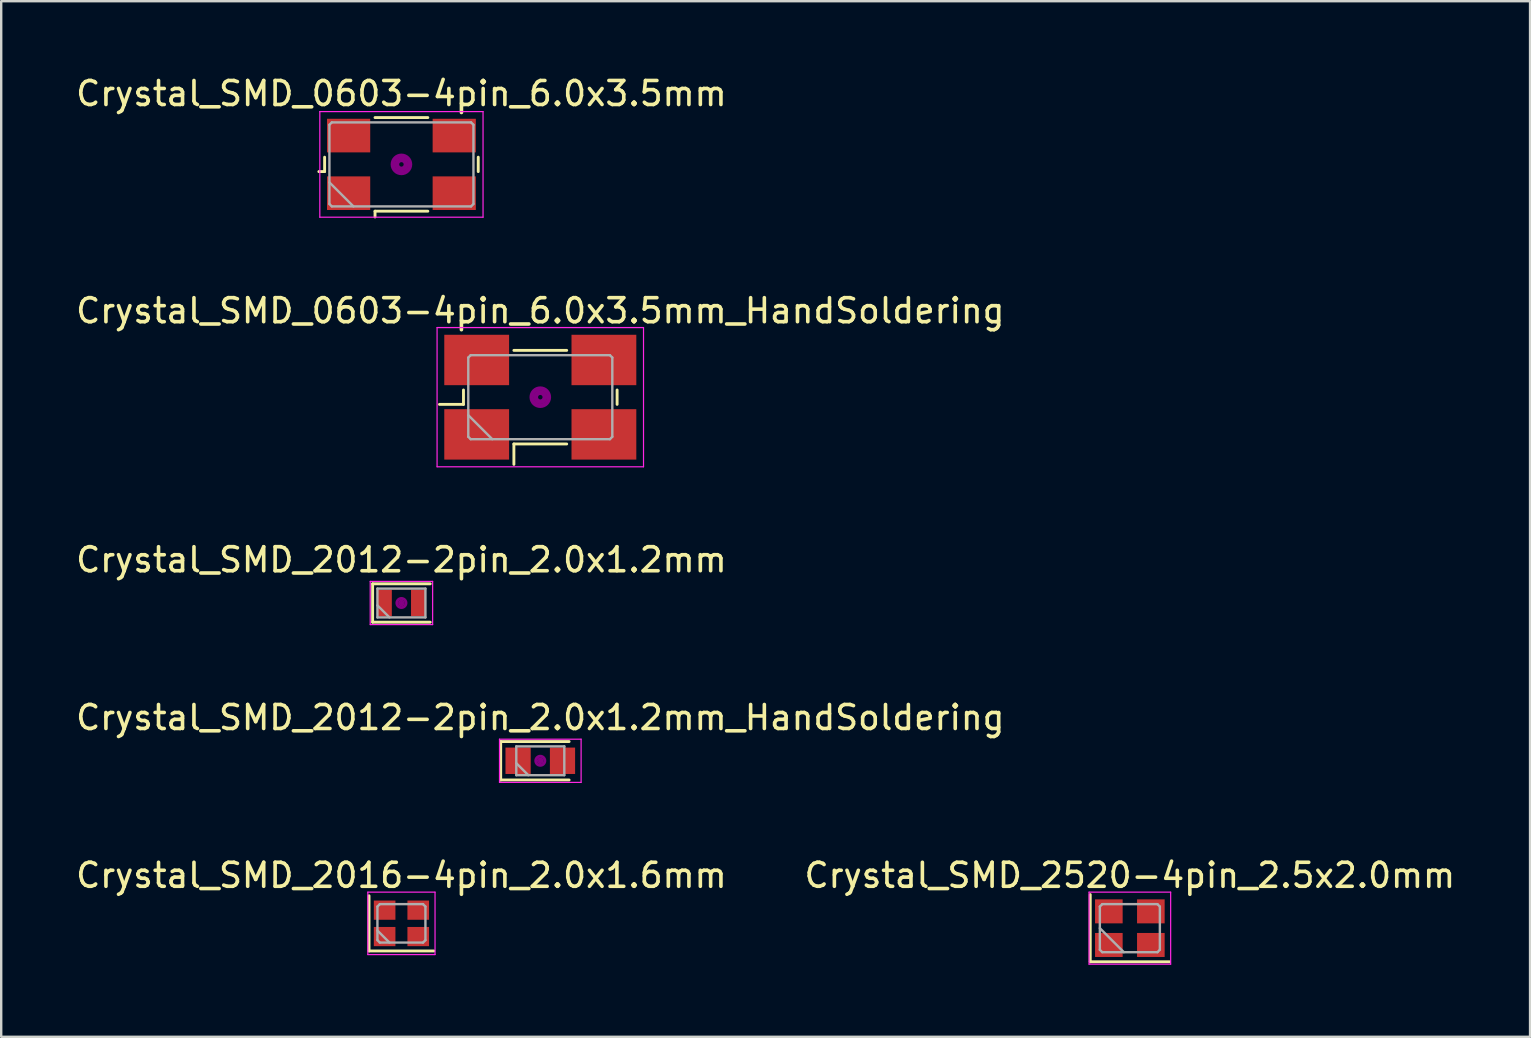
<source format=kicad_pcb>
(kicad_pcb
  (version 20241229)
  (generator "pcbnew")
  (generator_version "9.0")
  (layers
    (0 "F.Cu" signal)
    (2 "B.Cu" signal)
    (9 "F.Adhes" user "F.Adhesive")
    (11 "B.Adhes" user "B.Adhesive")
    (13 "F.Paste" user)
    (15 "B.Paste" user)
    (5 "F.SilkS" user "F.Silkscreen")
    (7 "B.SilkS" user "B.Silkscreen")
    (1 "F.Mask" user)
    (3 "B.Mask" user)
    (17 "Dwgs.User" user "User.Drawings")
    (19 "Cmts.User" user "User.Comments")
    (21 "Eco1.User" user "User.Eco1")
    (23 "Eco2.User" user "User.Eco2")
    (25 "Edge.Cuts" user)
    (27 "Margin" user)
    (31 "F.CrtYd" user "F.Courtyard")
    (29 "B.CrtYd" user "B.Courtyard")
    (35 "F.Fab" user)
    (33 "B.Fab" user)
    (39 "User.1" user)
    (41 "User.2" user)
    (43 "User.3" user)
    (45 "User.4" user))
  (footprint "Crystal_SMD_2012-2pin_2.0x1.2mm"
    (layer "F.Cu")
    (at 13.673 22.07)
    (property "Reference" "Crystal_SMD_2012-2pin_2.0x1.2mm" (at 0 -1.8 0) (layer "F.SilkS") (effects (font (size 1 1) (thickness 0.15))))
    (attr smd)
    (fp_line (start -1.2 -0.8) (end -1.2 0.8) (stroke (width 0.12) (type solid)) (layer "F.SilkS"))
    (fp_line (start -1.2 0.8) (end 1.2 0.8) (stroke (width 0.12) (type solid)) (layer "F.SilkS"))
    (fp_line (start 1.2 -0.8) (end -1.2 -0.8) (stroke (width 0.12) (type solid)) (layer "F.SilkS"))
    (fp_circle (center 0 0) (end 0.047 0) (stroke (width 0.093) (type solid)) (fill no) (layer "F.Adhes"))
    (fp_circle (center 0 0) (end 0.107 0) (stroke (width 0.067) (type solid)) (fill no) (layer "F.Adhes"))
    (fp_circle (center 0 0) (end 0.167 0) (stroke (width 0.067) (type solid)) (fill no) (layer "F.Adhes"))
    (fp_circle (center 0 0) (end 0.2 0) (stroke (width 0.1) (type solid)) (fill no) (layer "F.Adhes"))
    (fp_line (start -1.3 -0.9) (end -1.3 0.9) (stroke (width 0.05) (type solid)) (layer "F.CrtYd"))
    (fp_line (start -1.3 0.9) (end 1.3 0.9) (stroke (width 0.05) (type solid)) (layer "F.CrtYd"))
    (fp_line (start 1.3 -0.9) (end -1.3 -0.9) (stroke (width 0.05) (type solid)) (layer "F.CrtYd"))
    (fp_line (start 1.3 0.9) (end 1.3 -0.9) (stroke (width 0.05) (type solid)) (layer "F.CrtYd"))
    (fp_line (start -1 -0.6) (end -1 0.6) (stroke (width 0.1) (type solid)) (layer "F.Fab"))
    (fp_line (start -1 0.1) (end -0.5 0.6) (stroke (width 0.1) (type solid)) (layer "F.Fab"))
    (fp_line (start -1 0.6) (end 1 0.6) (stroke (width 0.1) (type solid)) (layer "F.Fab"))
    (fp_line (start 1 -0.6) (end -1 -0.6) (stroke (width 0.1) (type solid)) (layer "F.Fab"))
    (fp_line (start 1 0.6) (end 1 -0.6) (stroke (width 0.1) (type solid)) (layer "F.Fab"))
    (pad "1" smd rect (at -0.7 0) (size 0.6 1.1) (layers "F.Cu" "F.Mask"))
    (pad "2" smd rect (at 0.7 0) (size 0.6 1.1) (layers "F.Cu" "F.Mask")))
  (footprint "Crystal_SMD_0603-4pin_6.0x3.5mm"
    (layer "F.Cu")
    (at 13.673 3.798)
    (property "Reference" "Crystal_SMD_0603-4pin_6.0x3.5mm" (at 0 -2.95 0) (layer "F.SilkS") (effects (font (size 1 1) (thickness 0.15))))
    (attr smd)
    (fp_line (start -3.44 0.3) (end -3.2 0.3) (stroke (width 0.12) (type solid)) (layer "F.SilkS"))
    (fp_line (start -3.2 0.3) (end -3.2 -0.3) (stroke (width 0.12) (type solid)) (layer "F.SilkS"))
    (fp_line (start -1.1 -1.95) (end 1.1 -1.95) (stroke (width 0.12) (type solid)) (layer "F.SilkS"))
    (fp_line (start -1.1 1.95) (end -1.1 2.19) (stroke (width 0.12) (type solid)) (layer "F.SilkS"))
    (fp_line (start 1.1 1.95) (end -1.1 1.95) (stroke (width 0.12) (type solid)) (layer "F.SilkS"))
    (fp_line (start 3.2 -0.3) (end 3.2 0.3) (stroke (width 0.12) (type solid)) (layer "F.SilkS"))
    (fp_circle (center 0 0) (end 0.093 0) (stroke (width 0.187) (type solid)) (fill no) (layer "F.Adhes"))
    (fp_circle (center 0 0) (end 0.213 0) (stroke (width 0.133) (type solid)) (fill no) (layer "F.Adhes"))
    (fp_circle (center 0 0) (end 0.333 0) (stroke (width 0.133) (type solid)) (fill no) (layer "F.Adhes"))
    (fp_circle (center 0 0) (end 0.4 0) (stroke (width 0.1) (type solid)) (fill no) (layer "F.Adhes"))
    (fp_line (start -3.4 -2.2) (end -3.4 2.2) (stroke (width 0.05) (type solid)) (layer "F.CrtYd"))
    (fp_line (start -3.4 2.2) (end 3.4 2.2) (stroke (width 0.05) (type solid)) (layer "F.CrtYd"))
    (fp_line (start 3.4 -2.2) (end -3.4 -2.2) (stroke (width 0.05) (type solid)) (layer "F.CrtYd"))
    (fp_line (start 3.4 2.2) (end 3.4 -2.2) (stroke (width 0.05) (type solid)) (layer "F.CrtYd"))
    (fp_line (start -3 -1.65) (end -2.9 -1.75) (stroke (width 0.1) (type solid)) (layer "F.Fab"))
    (fp_line (start -3 0.75) (end -2 1.75) (stroke (width 0.1) (type solid)) (layer "F.Fab"))
    (fp_line (start -3 1.65) (end -3 -1.65) (stroke (width 0.1) (type solid)) (layer "F.Fab"))
    (fp_line (start -2.9 -1.75) (end 2.9 -1.75) (stroke (width 0.1) (type solid)) (layer "F.Fab"))
    (fp_line (start -2.9 1.75) (end -3 1.65) (stroke (width 0.1) (type solid)) (layer "F.Fab"))
    (fp_line (start 2.9 -1.75) (end 3 -1.65) (stroke (width 0.1) (type solid)) (layer "F.Fab"))
    (fp_line (start 2.9 1.75) (end -2.9 1.75) (stroke (width 0.1) (type solid)) (layer "F.Fab"))
    (fp_line (start 3 -1.65) (end 3 1.65) (stroke (width 0.1) (type solid)) (layer "F.Fab"))
    (fp_line (start 3 1.65) (end 2.9 1.75) (stroke (width 0.1) (type solid)) (layer "F.Fab"))
    (pad "1" smd rect (at -2.2 1.2) (size 1.8 1.4) (layers "F.Cu" "F.Mask"))
    (pad "2" smd rect (at 2.2 1.2) (size 1.8 1.4) (layers "F.Cu" "F.Mask"))
    (pad "3" smd rect (at 2.2 -1.2) (size 1.8 1.4) (layers "F.Cu" "F.Mask"))
    (pad "4" smd rect (at -2.2 -1.2) (size 1.8 1.4) (layers "F.Cu" "F.Mask")))
  (footprint "Crystal_SMD_2016-4pin_2.0x1.6mm"
    (layer "F.Cu")
    (at 13.673 35.416)
    (property "Reference" "Crystal_SMD_2016-4pin_2.0x1.6mm" (at 0 -2 0) (layer "F.SilkS") (effects (font (size 1 1) (thickness 0.15))))
    (attr smd)
    (fp_line (start -1.35 -1.15) (end -1.35 1.15) (stroke (width 0.12) (type solid)) (layer "F.SilkS"))
    (fp_line (start -1.35 1.15) (end 1.35 1.15) (stroke (width 0.12) (type solid)) (layer "F.SilkS"))
    (fp_line (start -1.4 -1.3) (end -1.4 1.3) (stroke (width 0.05) (type solid)) (layer "F.CrtYd"))
    (fp_line (start -1.4 1.3) (end 1.4 1.3) (stroke (width 0.05) (type solid)) (layer "F.CrtYd"))
    (fp_line (start 1.4 -1.3) (end -1.4 -1.3) (stroke (width 0.05) (type solid)) (layer "F.CrtYd"))
    (fp_line (start 1.4 1.3) (end 1.4 -1.3) (stroke (width 0.05) (type solid)) (layer "F.CrtYd"))
    (fp_line (start -1 -0.7) (end -0.9 -0.8) (stroke (width 0.1) (type solid)) (layer "F.Fab"))
    (fp_line (start -1 0.3) (end -0.5 0.8) (stroke (width 0.1) (type solid)) (layer "F.Fab"))
    (fp_line (start -1 0.7) (end -1 -0.7) (stroke (width 0.1) (type solid)) (layer "F.Fab"))
    (fp_line (start -0.9 -0.8) (end 0.9 -0.8) (stroke (width 0.1) (type solid)) (layer "F.Fab"))
    (fp_line (start -0.9 0.8) (end -1 0.7) (stroke (width 0.1) (type solid)) (layer "F.Fab"))
    (fp_line (start 0.9 -0.8) (end 1 -0.7) (stroke (width 0.1) (type solid)) (layer "F.Fab"))
    (fp_line (start 0.9 0.8) (end -0.9 0.8) (stroke (width 0.1) (type solid)) (layer "F.Fab"))
    (fp_line (start 1 -0.7) (end 1 0.7) (stroke (width 0.1) (type solid)) (layer "F.Fab"))
    (fp_line (start 1 0.7) (end 0.9 0.8) (stroke (width 0.1) (type solid)) (layer "F.Fab"))
    (pad "1" smd rect (at -0.7 0.55) (size 0.9 0.8) (layers "F.Cu" "F.Mask"))
    (pad "2" smd rect (at 0.7 0.55) (size 0.9 0.8) (layers "F.Cu" "F.Mask"))
    (pad "3" smd rect (at 0.7 -0.55) (size 0.9 0.8) (layers "F.Cu" "F.Mask"))
    (pad "4" smd rect (at -0.7 -0.55) (size 0.9 0.8) (layers "F.Cu" "F.Mask")))
  (footprint "Crystal_SMD_0603-4pin_6.0x3.5mm_HandSoldering"
    (layer "F.Cu")
    (at 19.458 13.496)
    (property "Reference" "Crystal_SMD_0603-4pin_6.0x3.5mm_HandSoldering" (at 0 -3.6 0) (layer "F.SilkS") (effects (font (size 1 1) (thickness 0.15))))
    (attr smd)
    (fp_line (start -4.2 0.3) (end -3.2 0.3) (stroke (width 0.12) (type solid)) (layer "F.SilkS"))
    (fp_line (start -3.2 0.3) (end -3.2 -0.3) (stroke (width 0.12) (type solid)) (layer "F.SilkS"))
    (fp_line (start -1.1 -1.95) (end 1.1 -1.95) (stroke (width 0.12) (type solid)) (layer "F.SilkS"))
    (fp_line (start -1.1 1.95) (end -1.1 2.8) (stroke (width 0.12) (type solid)) (layer "F.SilkS"))
    (fp_line (start 1.1 1.95) (end -1.1 1.95) (stroke (width 0.12) (type solid)) (layer "F.SilkS"))
    (fp_line (start 3.2 -0.3) (end 3.2 0.3) (stroke (width 0.12) (type solid)) (layer "F.SilkS"))
    (fp_circle (center 0 0) (end 0.093 0) (stroke (width 0.187) (type solid)) (fill no) (layer "F.Adhes"))
    (fp_circle (center 0 0) (end 0.213 0) (stroke (width 0.133) (type solid)) (fill no) (layer "F.Adhes"))
    (fp_circle (center 0 0) (end 0.333 0) (stroke (width 0.133) (type solid)) (fill no) (layer "F.Adhes"))
    (fp_circle (center 0 0) (end 0.4 0) (stroke (width 0.1) (type solid)) (fill no) (layer "F.Adhes"))
    (fp_line (start -4.3 -2.9) (end -4.3 2.9) (stroke (width 0.05) (type solid)) (layer "F.CrtYd"))
    (fp_line (start -4.3 2.9) (end 4.3 2.9) (stroke (width 0.05) (type solid)) (layer "F.CrtYd"))
    (fp_line (start 4.3 -2.9) (end -4.3 -2.9) (stroke (width 0.05) (type solid)) (layer "F.CrtYd"))
    (fp_line (start 4.3 2.9) (end 4.3 -2.9) (stroke (width 0.05) (type solid)) (layer "F.CrtYd"))
    (fp_line (start -3 -1.65) (end -2.9 -1.75) (stroke (width 0.1) (type solid)) (layer "F.Fab"))
    (fp_line (start -3 0.75) (end -2 1.75) (stroke (width 0.1) (type solid)) (layer "F.Fab"))
    (fp_line (start -3 1.65) (end -3 -1.65) (stroke (width 0.1) (type solid)) (layer "F.Fab"))
    (fp_line (start -2.9 -1.75) (end 2.9 -1.75) (stroke (width 0.1) (type solid)) (layer "F.Fab"))
    (fp_line (start -2.9 1.75) (end -3 1.65) (stroke (width 0.1) (type solid)) (layer "F.Fab"))
    (fp_line (start 2.9 -1.75) (end 3 -1.65) (stroke (width 0.1) (type solid)) (layer "F.Fab"))
    (fp_line (start 2.9 1.75) (end -2.9 1.75) (stroke (width 0.1) (type solid)) (layer "F.Fab"))
    (fp_line (start 3 -1.65) (end 3 1.65) (stroke (width 0.1) (type solid)) (layer "F.Fab"))
    (fp_line (start 3 1.65) (end 2.9 1.75) (stroke (width 0.1) (type solid)) (layer "F.Fab"))
    (pad "1" smd rect (at -2.65 1.55) (size 2.7 2.1) (layers "F.Cu" "F.Mask"))
    (pad "2" smd rect (at 2.65 1.55) (size 2.7 2.1) (layers "F.Cu" "F.Mask"))
    (pad "3" smd rect (at 2.65 -1.55) (size 2.7 2.1) (layers "F.Cu" "F.Mask"))
    (pad "4" smd rect (at -2.65 -1.55) (size 2.7 2.1) (layers "F.Cu" "F.Mask")))
  (footprint "Crystal_SMD_2520-4pin_2.5x2.0mm"
    (layer "F.Cu")
    (at 44.018 35.616)
    (property "Reference" "Crystal_SMD_2520-4pin_2.5x2.0mm" (at 0 -2.2 0) (layer "F.SilkS") (effects (font (size 1 1) (thickness 0.15))))
    (attr smd)
    (fp_line (start -1.65 -1.4) (end -1.65 1.4) (stroke (width 0.12) (type solid)) (layer "F.SilkS"))
    (fp_line (start -1.65 1.4) (end 1.65 1.4) (stroke (width 0.12) (type solid)) (layer "F.SilkS"))
    (fp_line (start -1.7 -1.5) (end -1.7 1.5) (stroke (width 0.05) (type solid)) (layer "F.CrtYd"))
    (fp_line (start -1.7 1.5) (end 1.7 1.5) (stroke (width 0.05) (type solid)) (layer "F.CrtYd"))
    (fp_line (start 1.7 -1.5) (end -1.7 -1.5) (stroke (width 0.05) (type solid)) (layer "F.CrtYd"))
    (fp_line (start 1.7 1.5) (end 1.7 -1.5) (stroke (width 0.05) (type solid)) (layer "F.CrtYd"))
    (fp_line (start -1.25 -0.9) (end -1.15 -1) (stroke (width 0.1) (type solid)) (layer "F.Fab"))
    (fp_line (start -1.25 0) (end -0.25 1) (stroke (width 0.1) (type solid)) (layer "F.Fab"))
    (fp_line (start -1.25 0.9) (end -1.25 -0.9) (stroke (width 0.1) (type solid)) (layer "F.Fab"))
    (fp_line (start -1.15 -1) (end 1.15 -1) (stroke (width 0.1) (type solid)) (layer "F.Fab"))
    (fp_line (start -1.15 1) (end -1.25 0.9) (stroke (width 0.1) (type solid)) (layer "F.Fab"))
    (fp_line (start 1.15 -1) (end 1.25 -0.9) (stroke (width 0.1) (type solid)) (layer "F.Fab"))
    (fp_line (start 1.15 1) (end -1.15 1) (stroke (width 0.1) (type solid)) (layer "F.Fab"))
    (fp_line (start 1.25 -0.9) (end 1.25 0.9) (stroke (width 0.1) (type solid)) (layer "F.Fab"))
    (fp_line (start 1.25 0.9) (end 1.15 1) (stroke (width 0.1) (type solid)) (layer "F.Fab"))
    (pad "1" smd rect (at -0.875 0.7) (size 1.15 1) (layers "F.Cu" "F.Mask"))
    (pad "2" smd rect (at 0.875 0.7) (size 1.15 1) (layers "F.Cu" "F.Mask"))
    (pad "3" smd rect (at 0.875 -0.7) (size 1.15 1) (layers "F.Cu" "F.Mask"))
    (pad "4" smd rect (at -0.875 -0.7) (size 1.15 1) (layers "F.Cu" "F.Mask")))
  (footprint "Crystal_SMD_2012-2pin_2.0x1.2mm_HandSoldering"
    (layer "F.Cu")
    (at 19.458 28.643)
    (property "Reference" "Crystal_SMD_2012-2pin_2.0x1.2mm_HandSoldering" (at 0 -1.8 0) (layer "F.SilkS") (effects (font (size 1 1) (thickness 0.15))))
    (attr smd)
    (fp_line (start -1.65 -0.8) (end -1.65 0.8) (stroke (width 0.12) (type solid)) (layer "F.SilkS"))
    (fp_line (start -1.65 0.8) (end 1.2 0.8) (stroke (width 0.12) (type solid)) (layer "F.SilkS"))
    (fp_line (start 1.2 -0.8) (end -1.65 -0.8) (stroke (width 0.12) (type solid)) (layer "F.SilkS"))
    (fp_circle (center 0 0) (end 0.047 0) (stroke (width 0.093) (type solid)) (fill no) (layer "F.Adhes"))
    (fp_circle (center 0 0) (end 0.107 0) (stroke (width 0.067) (type solid)) (fill no) (layer "F.Adhes"))
    (fp_circle (center 0 0) (end 0.167 0) (stroke (width 0.067) (type solid)) (fill no) (layer "F.Adhes"))
    (fp_circle (center 0 0) (end 0.2 0) (stroke (width 0.1) (type solid)) (fill no) (layer "F.Adhes"))
    (fp_line (start -1.7 -0.9) (end -1.7 0.9) (stroke (width 0.05) (type solid)) (layer "F.CrtYd"))
    (fp_line (start -1.7 0.9) (end 1.7 0.9) (stroke (width 0.05) (type solid)) (layer "F.CrtYd"))
    (fp_line (start 1.7 -0.9) (end -1.7 -0.9) (stroke (width 0.05) (type solid)) (layer "F.CrtYd"))
    (fp_line (start 1.7 0.9) (end 1.7 -0.9) (stroke (width 0.05) (type solid)) (layer "F.CrtYd"))
    (fp_line (start -1 -0.6) (end -1 0.6) (stroke (width 0.1) (type solid)) (layer "F.Fab"))
    (fp_line (start -1 0.1) (end -0.5 0.6) (stroke (width 0.1) (type solid)) (layer "F.Fab"))
    (fp_line (start -1 0.6) (end 1 0.6) (stroke (width 0.1) (type solid)) (layer "F.Fab"))
    (fp_line (start 1 -0.6) (end -1 -0.6) (stroke (width 0.1) (type solid)) (layer "F.Fab"))
    (fp_line (start 1 0.6) (end 1 -0.6) (stroke (width 0.1) (type solid)) (layer "F.Fab"))
    (pad "1" smd rect (at -0.925 0) (size 1.05 1.1) (layers "F.Cu" "F.Mask"))
    (pad "2" smd rect (at 0.925 0) (size 1.05 1.1) (layers "F.Cu" "F.Mask")))
  (gr_rect
    (start -3 -3)
    (end 60.69 40.141)
    (stroke (width 0.1) (type default))
    (fill no)
    (layer "Edge.Cuts")))
</source>
